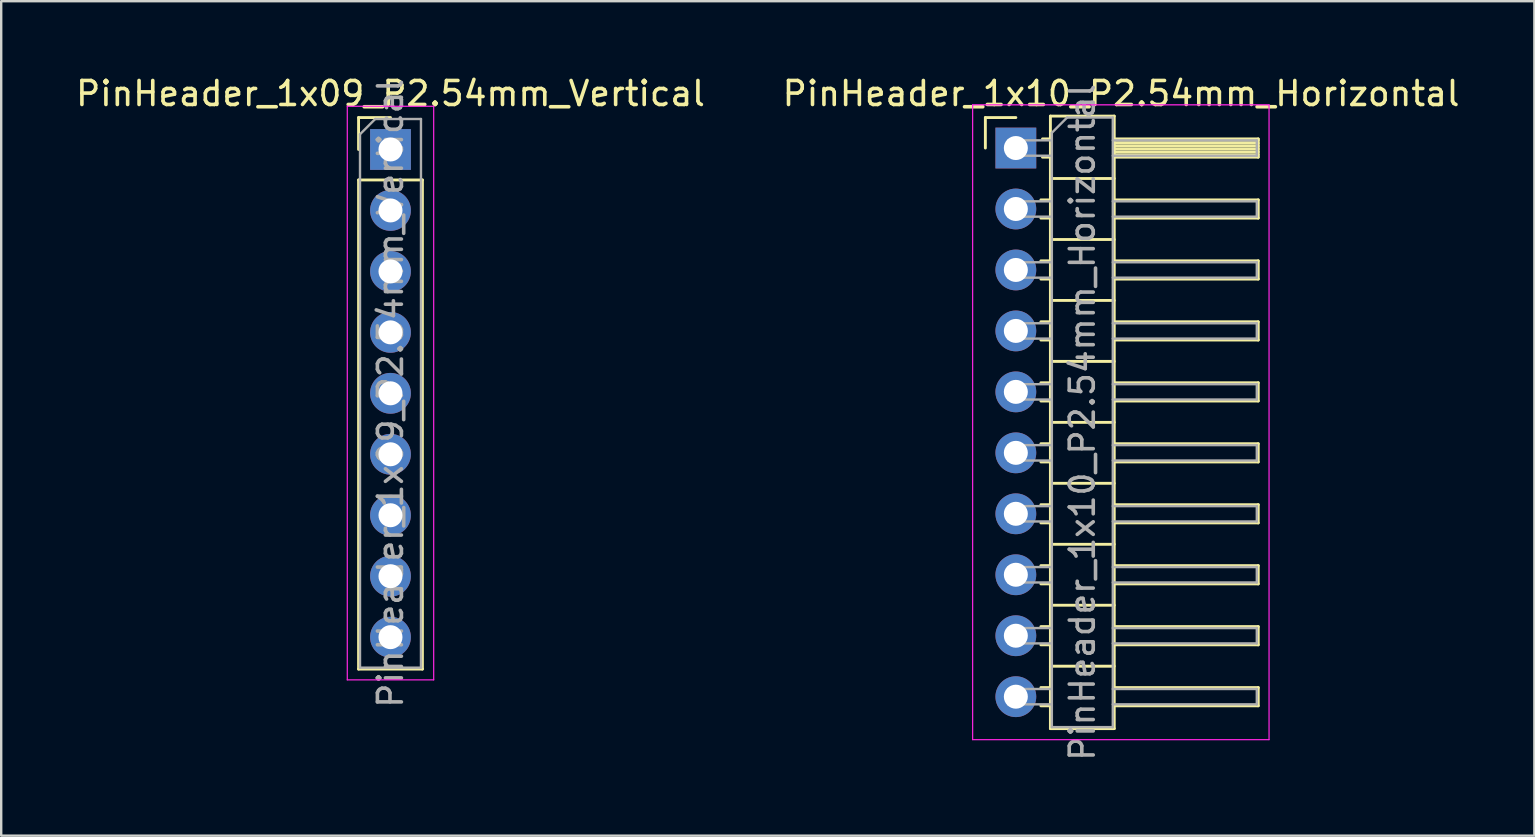
<source format=kicad_pcb>
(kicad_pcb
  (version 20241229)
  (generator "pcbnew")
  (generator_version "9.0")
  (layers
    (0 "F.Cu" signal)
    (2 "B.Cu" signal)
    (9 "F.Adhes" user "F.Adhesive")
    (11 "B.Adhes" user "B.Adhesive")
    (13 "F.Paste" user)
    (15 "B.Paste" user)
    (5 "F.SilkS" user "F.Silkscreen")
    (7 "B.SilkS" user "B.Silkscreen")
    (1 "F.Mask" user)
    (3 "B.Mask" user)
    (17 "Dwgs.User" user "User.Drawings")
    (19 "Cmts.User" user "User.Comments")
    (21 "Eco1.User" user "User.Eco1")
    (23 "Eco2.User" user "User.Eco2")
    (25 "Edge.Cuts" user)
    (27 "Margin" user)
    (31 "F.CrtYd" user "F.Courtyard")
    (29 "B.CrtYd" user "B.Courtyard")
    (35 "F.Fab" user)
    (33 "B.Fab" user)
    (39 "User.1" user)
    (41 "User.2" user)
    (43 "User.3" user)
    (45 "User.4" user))
  (footprint "PinHeader_1x09_P2.54mm_Vertical"
    (layer "F.Cu")
    (at 13.22 3.178)
    (property "Reference" "PinHeader_1x09_P2.54mm_Vertical" (at 0 -2.33 0) (layer "F.SilkS") (effects (font (size 1 1) (thickness 0.15))))
    (attr through_hole)
    (fp_line (start -1.33 -1.33) (end 0 -1.33) (stroke (width 0.12) (type solid)) (layer "F.SilkS"))
    (fp_line (start -1.33 0) (end -1.33 -1.33) (stroke (width 0.12) (type solid)) (layer "F.SilkS"))
    (fp_line (start -1.33 1.27) (end -1.33 21.65) (stroke (width 0.12) (type solid)) (layer "F.SilkS"))
    (fp_line (start -1.33 1.27) (end 1.33 1.27) (stroke (width 0.12) (type solid)) (layer "F.SilkS"))
    (fp_line (start -1.33 21.65) (end 1.33 21.65) (stroke (width 0.12) (type solid)) (layer "F.SilkS"))
    (fp_line (start 1.33 1.27) (end 1.33 21.65) (stroke (width 0.12) (type solid)) (layer "F.SilkS"))
    (fp_line (start -1.8 -1.8) (end -1.8 22.1) (stroke (width 0.05) (type solid)) (layer "F.CrtYd"))
    (fp_line (start -1.8 22.1) (end 1.8 22.1) (stroke (width 0.05) (type solid)) (layer "F.CrtYd"))
    (fp_line (start 1.8 -1.8) (end -1.8 -1.8) (stroke (width 0.05) (type solid)) (layer "F.CrtYd"))
    (fp_line (start 1.8 22.1) (end 1.8 -1.8) (stroke (width 0.05) (type solid)) (layer "F.CrtYd"))
    (fp_line (start -1.27 -0.635) (end -0.635 -1.27) (stroke (width 0.1) (type solid)) (layer "F.Fab"))
    (fp_line (start -1.27 21.59) (end -1.27 -0.635) (stroke (width 0.1) (type solid)) (layer "F.Fab"))
    (fp_line (start -0.635 -1.27) (end 1.27 -1.27) (stroke (width 0.1) (type solid)) (layer "F.Fab"))
    (fp_line (start 1.27 -1.27) (end 1.27 21.59) (stroke (width 0.1) (type solid)) (layer "F.Fab"))
    (fp_line (start 1.27 21.59) (end -1.27 21.59) (stroke (width 0.1) (type solid)) (layer "F.Fab"))
    (fp_text user "${REFERENCE}" (at 0 10.16 90) (layer "F.Fab") (effects (font (size 1 1) (thickness 0.15))))
    (pad "1" thru_hole rect (at 0 0) (size 1.7 1.7) (drill 1) (layers "*.Cu" "*.Mask"))
    (pad "2" thru_hole oval (at 0 2.54) (size 1.7 1.7) (drill 1) (layers "*.Cu" "*.Mask"))
    (pad "3" thru_hole oval (at 0 5.08) (size 1.7 1.7) (drill 1) (layers "*.Cu" "*.Mask"))
    (pad "4" thru_hole oval (at 0 7.62) (size 1.7 1.7) (drill 1) (layers "*.Cu" "*.Mask"))
    (pad "5" thru_hole oval (at 0 10.16) (size 1.7 1.7) (drill 1) (layers "*.Cu" "*.Mask"))
    (pad "6" thru_hole oval (at 0 12.7) (size 1.7 1.7) (drill 1) (layers "*.Cu" "*.Mask"))
    (pad "7" thru_hole oval (at 0 15.24) (size 1.7 1.7) (drill 1) (layers "*.Cu" "*.Mask"))
    (pad "8" thru_hole oval (at 0 17.78) (size 1.7 1.7) (drill 1) (layers "*.Cu" "*.Mask"))
    (pad "9" thru_hole oval (at 0 20.32) (size 1.7 1.7) (drill 1) (layers "*.Cu" "*.Mask")))
  (footprint "PinHeader_1x10_P2.54mm_Horizontal"
    (layer "F.Cu")
    (at 39.276 3.118)
    (property "Reference" "PinHeader_1x10_P2.54mm_Horizontal" (at 4.385 -2.27 0) (layer "F.SilkS") (effects (font (size 1 1) (thickness 0.15))))
    (attr through_hole)
    (fp_line (start -1.27 -1.27) (end 0 -1.27) (stroke (width 0.12) (type solid)) (layer "F.SilkS"))
    (fp_line (start -1.27 0) (end -1.27 -1.27) (stroke (width 0.12) (type solid)) (layer "F.SilkS"))
    (fp_line (start 1.043 2.16) (end 1.44 2.16) (stroke (width 0.12) (type solid)) (layer "F.SilkS"))
    (fp_line (start 1.043 2.92) (end 1.44 2.92) (stroke (width 0.12) (type solid)) (layer "F.SilkS"))
    (fp_line (start 1.043 4.7) (end 1.44 4.7) (stroke (width 0.12) (type solid)) (layer "F.SilkS"))
    (fp_line (start 1.043 5.46) (end 1.44 5.46) (stroke (width 0.12) (type solid)) (layer "F.SilkS"))
    (fp_line (start 1.043 7.24) (end 1.44 7.24) (stroke (width 0.12) (type solid)) (layer "F.SilkS"))
    (fp_line (start 1.043 8) (end 1.44 8) (stroke (width 0.12) (type solid)) (layer "F.SilkS"))
    (fp_line (start 1.043 9.78) (end 1.44 9.78) (stroke (width 0.12) (type solid)) (layer "F.SilkS"))
    (fp_line (start 1.043 10.54) (end 1.44 10.54) (stroke (width 0.12) (type solid)) (layer "F.SilkS"))
    (fp_line (start 1.043 12.32) (end 1.44 12.32) (stroke (width 0.12) (type solid)) (layer "F.SilkS"))
    (fp_line (start 1.043 13.08) (end 1.44 13.08) (stroke (width 0.12) (type solid)) (layer "F.SilkS"))
    (fp_line (start 1.043 14.86) (end 1.44 14.86) (stroke (width 0.12) (type solid)) (layer "F.SilkS"))
    (fp_line (start 1.043 15.62) (end 1.44 15.62) (stroke (width 0.12) (type solid)) (layer "F.SilkS"))
    (fp_line (start 1.043 17.4) (end 1.44 17.4) (stroke (width 0.12) (type solid)) (layer "F.SilkS"))
    (fp_line (start 1.043 18.16) (end 1.44 18.16) (stroke (width 0.12) (type solid)) (layer "F.SilkS"))
    (fp_line (start 1.043 19.94) (end 1.44 19.94) (stroke (width 0.12) (type solid)) (layer "F.SilkS"))
    (fp_line (start 1.043 20.7) (end 1.44 20.7) (stroke (width 0.12) (type solid)) (layer "F.SilkS"))
    (fp_line (start 1.043 22.48) (end 1.44 22.48) (stroke (width 0.12) (type solid)) (layer "F.SilkS"))
    (fp_line (start 1.043 23.24) (end 1.44 23.24) (stroke (width 0.12) (type solid)) (layer "F.SilkS"))
    (fp_line (start 1.11 -0.38) (end 1.44 -0.38) (stroke (width 0.12) (type solid)) (layer "F.SilkS"))
    (fp_line (start 1.11 0.38) (end 1.44 0.38) (stroke (width 0.12) (type solid)) (layer "F.SilkS"))
    (fp_line (start 1.44 -1.33) (end 1.44 24.19) (stroke (width 0.12) (type solid)) (layer "F.SilkS"))
    (fp_line (start 1.44 1.27) (end 4.1 1.27) (stroke (width 0.12) (type solid)) (layer "F.SilkS"))
    (fp_line (start 1.44 3.81) (end 4.1 3.81) (stroke (width 0.12) (type solid)) (layer "F.SilkS"))
    (fp_line (start 1.44 6.35) (end 4.1 6.35) (stroke (width 0.12) (type solid)) (layer "F.SilkS"))
    (fp_line (start 1.44 8.89) (end 4.1 8.89) (stroke (width 0.12) (type solid)) (layer "F.SilkS"))
    (fp_line (start 1.44 11.43) (end 4.1 11.43) (stroke (width 0.12) (type solid)) (layer "F.SilkS"))
    (fp_line (start 1.44 13.97) (end 4.1 13.97) (stroke (width 0.12) (type solid)) (layer "F.SilkS"))
    (fp_line (start 1.44 16.51) (end 4.1 16.51) (stroke (width 0.12) (type solid)) (layer "F.SilkS"))
    (fp_line (start 1.44 19.05) (end 4.1 19.05) (stroke (width 0.12) (type solid)) (layer "F.SilkS"))
    (fp_line (start 1.44 21.59) (end 4.1 21.59) (stroke (width 0.12) (type solid)) (layer "F.SilkS"))
    (fp_line (start 1.44 24.19) (end 4.1 24.19) (stroke (width 0.12) (type solid)) (layer "F.SilkS"))
    (fp_line (start 4.1 -1.33) (end 1.44 -1.33) (stroke (width 0.12) (type solid)) (layer "F.SilkS"))
    (fp_line (start 4.1 -0.38) (end 10.1 -0.38) (stroke (width 0.12) (type solid)) (layer "F.SilkS"))
    (fp_line (start 4.1 -0.32) (end 10.1 -0.32) (stroke (width 0.12) (type solid)) (layer "F.SilkS"))
    (fp_line (start 4.1 -0.2) (end 10.1 -0.2) (stroke (width 0.12) (type solid)) (layer "F.SilkS"))
    (fp_line (start 4.1 -0.08) (end 10.1 -0.08) (stroke (width 0.12) (type solid)) (layer "F.SilkS"))
    (fp_line (start 4.1 0.04) (end 10.1 0.04) (stroke (width 0.12) (type solid)) (layer "F.SilkS"))
    (fp_line (start 4.1 0.16) (end 10.1 0.16) (stroke (width 0.12) (type solid)) (layer "F.SilkS"))
    (fp_line (start 4.1 0.28) (end 10.1 0.28) (stroke (width 0.12) (type solid)) (layer "F.SilkS"))
    (fp_line (start 4.1 2.16) (end 10.1 2.16) (stroke (width 0.12) (type solid)) (layer "F.SilkS"))
    (fp_line (start 4.1 4.7) (end 10.1 4.7) (stroke (width 0.12) (type solid)) (layer "F.SilkS"))
    (fp_line (start 4.1 7.24) (end 10.1 7.24) (stroke (width 0.12) (type solid)) (layer "F.SilkS"))
    (fp_line (start 4.1 9.78) (end 10.1 9.78) (stroke (width 0.12) (type solid)) (layer "F.SilkS"))
    (fp_line (start 4.1 12.32) (end 10.1 12.32) (stroke (width 0.12) (type solid)) (layer "F.SilkS"))
    (fp_line (start 4.1 14.86) (end 10.1 14.86) (stroke (width 0.12) (type solid)) (layer "F.SilkS"))
    (fp_line (start 4.1 17.4) (end 10.1 17.4) (stroke (width 0.12) (type solid)) (layer "F.SilkS"))
    (fp_line (start 4.1 19.94) (end 10.1 19.94) (stroke (width 0.12) (type solid)) (layer "F.SilkS"))
    (fp_line (start 4.1 22.48) (end 10.1 22.48) (stroke (width 0.12) (type solid)) (layer "F.SilkS"))
    (fp_line (start 4.1 24.19) (end 4.1 -1.33) (stroke (width 0.12) (type solid)) (layer "F.SilkS"))
    (fp_line (start 10.1 -0.38) (end 10.1 0.38) (stroke (width 0.12) (type solid)) (layer "F.SilkS"))
    (fp_line (start 10.1 0.38) (end 4.1 0.38) (stroke (width 0.12) (type solid)) (layer "F.SilkS"))
    (fp_line (start 10.1 2.16) (end 10.1 2.92) (stroke (width 0.12) (type solid)) (layer "F.SilkS"))
    (fp_line (start 10.1 2.92) (end 4.1 2.92) (stroke (width 0.12) (type solid)) (layer "F.SilkS"))
    (fp_line (start 10.1 4.7) (end 10.1 5.46) (stroke (width 0.12) (type solid)) (layer "F.SilkS"))
    (fp_line (start 10.1 5.46) (end 4.1 5.46) (stroke (width 0.12) (type solid)) (layer "F.SilkS"))
    (fp_line (start 10.1 7.24) (end 10.1 8) (stroke (width 0.12) (type solid)) (layer "F.SilkS"))
    (fp_line (start 10.1 8) (end 4.1 8) (stroke (width 0.12) (type solid)) (layer "F.SilkS"))
    (fp_line (start 10.1 9.78) (end 10.1 10.54) (stroke (width 0.12) (type solid)) (layer "F.SilkS"))
    (fp_line (start 10.1 10.54) (end 4.1 10.54) (stroke (width 0.12) (type solid)) (layer "F.SilkS"))
    (fp_line (start 10.1 12.32) (end 10.1 13.08) (stroke (width 0.12) (type solid)) (layer "F.SilkS"))
    (fp_line (start 10.1 13.08) (end 4.1 13.08) (stroke (width 0.12) (type solid)) (layer "F.SilkS"))
    (fp_line (start 10.1 14.86) (end 10.1 15.62) (stroke (width 0.12) (type solid)) (layer "F.SilkS"))
    (fp_line (start 10.1 15.62) (end 4.1 15.62) (stroke (width 0.12) (type solid)) (layer "F.SilkS"))
    (fp_line (start 10.1 17.4) (end 10.1 18.16) (stroke (width 0.12) (type solid)) (layer "F.SilkS"))
    (fp_line (start 10.1 18.16) (end 4.1 18.16) (stroke (width 0.12) (type solid)) (layer "F.SilkS"))
    (fp_line (start 10.1 19.94) (end 10.1 20.7) (stroke (width 0.12) (type solid)) (layer "F.SilkS"))
    (fp_line (start 10.1 20.7) (end 4.1 20.7) (stroke (width 0.12) (type solid)) (layer "F.SilkS"))
    (fp_line (start 10.1 22.48) (end 10.1 23.24) (stroke (width 0.12) (type solid)) (layer "F.SilkS"))
    (fp_line (start 10.1 23.24) (end 4.1 23.24) (stroke (width 0.12) (type solid)) (layer "F.SilkS"))
    (fp_line (start -1.8 -1.8) (end -1.8 24.65) (stroke (width 0.05) (type solid)) (layer "F.CrtYd"))
    (fp_line (start -1.8 24.65) (end 10.55 24.65) (stroke (width 0.05) (type solid)) (layer "F.CrtYd"))
    (fp_line (start 10.55 -1.8) (end -1.8 -1.8) (stroke (width 0.05) (type solid)) (layer "F.CrtYd"))
    (fp_line (start 10.55 24.65) (end 10.55 -1.8) (stroke (width 0.05) (type solid)) (layer "F.CrtYd"))
    (fp_line (start -0.32 -0.32) (end -0.32 0.32) (stroke (width 0.1) (type solid)) (layer "F.Fab"))
    (fp_line (start -0.32 -0.32) (end 1.5 -0.32) (stroke (width 0.1) (type solid)) (layer "F.Fab"))
    (fp_line (start -0.32 0.32) (end 1.5 0.32) (stroke (width 0.1) (type solid)) (layer "F.Fab"))
    (fp_line (start -0.32 2.22) (end -0.32 2.86) (stroke (width 0.1) (type solid)) (layer "F.Fab"))
    (fp_line (start -0.32 2.22) (end 1.5 2.22) (stroke (width 0.1) (type solid)) (layer "F.Fab"))
    (fp_line (start -0.32 2.86) (end 1.5 2.86) (stroke (width 0.1) (type solid)) (layer "F.Fab"))
    (fp_line (start -0.32 4.76) (end -0.32 5.4) (stroke (width 0.1) (type solid)) (layer "F.Fab"))
    (fp_line (start -0.32 4.76) (end 1.5 4.76) (stroke (width 0.1) (type solid)) (layer "F.Fab"))
    (fp_line (start -0.32 5.4) (end 1.5 5.4) (stroke (width 0.1) (type solid)) (layer "F.Fab"))
    (fp_line (start -0.32 7.3) (end -0.32 7.94) (stroke (width 0.1) (type solid)) (layer "F.Fab"))
    (fp_line (start -0.32 7.3) (end 1.5 7.3) (stroke (width 0.1) (type solid)) (layer "F.Fab"))
    (fp_line (start -0.32 7.94) (end 1.5 7.94) (stroke (width 0.1) (type solid)) (layer "F.Fab"))
    (fp_line (start -0.32 9.84) (end -0.32 10.48) (stroke (width 0.1) (type solid)) (layer "F.Fab"))
    (fp_line (start -0.32 9.84) (end 1.5 9.84) (stroke (width 0.1) (type solid)) (layer "F.Fab"))
    (fp_line (start -0.32 10.48) (end 1.5 10.48) (stroke (width 0.1) (type solid)) (layer "F.Fab"))
    (fp_line (start -0.32 12.38) (end -0.32 13.02) (stroke (width 0.1) (type solid)) (layer "F.Fab"))
    (fp_line (start -0.32 12.38) (end 1.5 12.38) (stroke (width 0.1) (type solid)) (layer "F.Fab"))
    (fp_line (start -0.32 13.02) (end 1.5 13.02) (stroke (width 0.1) (type solid)) (layer "F.Fab"))
    (fp_line (start -0.32 14.92) (end -0.32 15.56) (stroke (width 0.1) (type solid)) (layer "F.Fab"))
    (fp_line (start -0.32 14.92) (end 1.5 14.92) (stroke (width 0.1) (type solid)) (layer "F.Fab"))
    (fp_line (start -0.32 15.56) (end 1.5 15.56) (stroke (width 0.1) (type solid)) (layer "F.Fab"))
    (fp_line (start -0.32 17.46) (end -0.32 18.1) (stroke (width 0.1) (type solid)) (layer "F.Fab"))
    (fp_line (start -0.32 17.46) (end 1.5 17.46) (stroke (width 0.1) (type solid)) (layer "F.Fab"))
    (fp_line (start -0.32 18.1) (end 1.5 18.1) (stroke (width 0.1) (type solid)) (layer "F.Fab"))
    (fp_line (start -0.32 20) (end -0.32 20.64) (stroke (width 0.1) (type solid)) (layer "F.Fab"))
    (fp_line (start -0.32 20) (end 1.5 20) (stroke (width 0.1) (type solid)) (layer "F.Fab"))
    (fp_line (start -0.32 20.64) (end 1.5 20.64) (stroke (width 0.1) (type solid)) (layer "F.Fab"))
    (fp_line (start -0.32 22.54) (end -0.32 23.18) (stroke (width 0.1) (type solid)) (layer "F.Fab"))
    (fp_line (start -0.32 22.54) (end 1.5 22.54) (stroke (width 0.1) (type solid)) (layer "F.Fab"))
    (fp_line (start -0.32 23.18) (end 1.5 23.18) (stroke (width 0.1) (type solid)) (layer "F.Fab"))
    (fp_line (start 1.5 -0.635) (end 2.135 -1.27) (stroke (width 0.1) (type solid)) (layer "F.Fab"))
    (fp_line (start 1.5 24.13) (end 1.5 -0.635) (stroke (width 0.1) (type solid)) (layer "F.Fab"))
    (fp_line (start 2.135 -1.27) (end 4.04 -1.27) (stroke (width 0.1) (type solid)) (layer "F.Fab"))
    (fp_line (start 4.04 -1.27) (end 4.04 24.13) (stroke (width 0.1) (type solid)) (layer "F.Fab"))
    (fp_line (start 4.04 -0.32) (end 10.04 -0.32) (stroke (width 0.1) (type solid)) (layer "F.Fab"))
    (fp_line (start 4.04 0.32) (end 10.04 0.32) (stroke (width 0.1) (type solid)) (layer "F.Fab"))
    (fp_line (start 4.04 2.22) (end 10.04 2.22) (stroke (width 0.1) (type solid)) (layer "F.Fab"))
    (fp_line (start 4.04 2.86) (end 10.04 2.86) (stroke (width 0.1) (type solid)) (layer "F.Fab"))
    (fp_line (start 4.04 4.76) (end 10.04 4.76) (stroke (width 0.1) (type solid)) (layer "F.Fab"))
    (fp_line (start 4.04 5.4) (end 10.04 5.4) (stroke (width 0.1) (type solid)) (layer "F.Fab"))
    (fp_line (start 4.04 7.3) (end 10.04 7.3) (stroke (width 0.1) (type solid)) (layer "F.Fab"))
    (fp_line (start 4.04 7.94) (end 10.04 7.94) (stroke (width 0.1) (type solid)) (layer "F.Fab"))
    (fp_line (start 4.04 9.84) (end 10.04 9.84) (stroke (width 0.1) (type solid)) (layer "F.Fab"))
    (fp_line (start 4.04 10.48) (end 10.04 10.48) (stroke (width 0.1) (type solid)) (layer "F.Fab"))
    (fp_line (start 4.04 12.38) (end 10.04 12.38) (stroke (width 0.1) (type solid)) (layer "F.Fab"))
    (fp_line (start 4.04 13.02) (end 10.04 13.02) (stroke (width 0.1) (type solid)) (layer "F.Fab"))
    (fp_line (start 4.04 14.92) (end 10.04 14.92) (stroke (width 0.1) (type solid)) (layer "F.Fab"))
    (fp_line (start 4.04 15.56) (end 10.04 15.56) (stroke (width 0.1) (type solid)) (layer "F.Fab"))
    (fp_line (start 4.04 17.46) (end 10.04 17.46) (stroke (width 0.1) (type solid)) (layer "F.Fab"))
    (fp_line (start 4.04 18.1) (end 10.04 18.1) (stroke (width 0.1) (type solid)) (layer "F.Fab"))
    (fp_line (start 4.04 20) (end 10.04 20) (stroke (width 0.1) (type solid)) (layer "F.Fab"))
    (fp_line (start 4.04 20.64) (end 10.04 20.64) (stroke (width 0.1) (type solid)) (layer "F.Fab"))
    (fp_line (start 4.04 22.54) (end 10.04 22.54) (stroke (width 0.1) (type solid)) (layer "F.Fab"))
    (fp_line (start 4.04 23.18) (end 10.04 23.18) (stroke (width 0.1) (type solid)) (layer "F.Fab"))
    (fp_line (start 4.04 24.13) (end 1.5 24.13) (stroke (width 0.1) (type solid)) (layer "F.Fab"))
    (fp_line (start 10.04 -0.32) (end 10.04 0.32) (stroke (width 0.1) (type solid)) (layer "F.Fab"))
    (fp_line (start 10.04 2.22) (end 10.04 2.86) (stroke (width 0.1) (type solid)) (layer "F.Fab"))
    (fp_line (start 10.04 4.76) (end 10.04 5.4) (stroke (width 0.1) (type solid)) (layer "F.Fab"))
    (fp_line (start 10.04 7.3) (end 10.04 7.94) (stroke (width 0.1) (type solid)) (layer "F.Fab"))
    (fp_line (start 10.04 9.84) (end 10.04 10.48) (stroke (width 0.1) (type solid)) (layer "F.Fab"))
    (fp_line (start 10.04 12.38) (end 10.04 13.02) (stroke (width 0.1) (type solid)) (layer "F.Fab"))
    (fp_line (start 10.04 14.92) (end 10.04 15.56) (stroke (width 0.1) (type solid)) (layer "F.Fab"))
    (fp_line (start 10.04 17.46) (end 10.04 18.1) (stroke (width 0.1) (type solid)) (layer "F.Fab"))
    (fp_line (start 10.04 20) (end 10.04 20.64) (stroke (width 0.1) (type solid)) (layer "F.Fab"))
    (fp_line (start 10.04 22.54) (end 10.04 23.18) (stroke (width 0.1) (type solid)) (layer "F.Fab"))
    (fp_text user "${REFERENCE}" (at 2.77 11.43 90) (layer "F.Fab") (effects (font (size 1 1) (thickness 0.15))))
    (pad "1" thru_hole rect (at 0 0) (size 1.7 1.7) (drill 1) (layers "*.Cu" "*.Mask"))
    (pad "2" thru_hole oval (at 0 2.54) (size 1.7 1.7) (drill 1) (layers "*.Cu" "*.Mask"))
    (pad "3" thru_hole oval (at 0 5.08) (size 1.7 1.7) (drill 1) (layers "*.Cu" "*.Mask"))
    (pad "4" thru_hole oval (at 0 7.62) (size 1.7 1.7) (drill 1) (layers "*.Cu" "*.Mask"))
    (pad "5" thru_hole oval (at 0 10.16) (size 1.7 1.7) (drill 1) (layers "*.Cu" "*.Mask"))
    (pad "6" thru_hole oval (at 0 12.7) (size 1.7 1.7) (drill 1) (layers "*.Cu" "*.Mask"))
    (pad "7" thru_hole oval (at 0 15.24) (size 1.7 1.7) (drill 1) (layers "*.Cu" "*.Mask"))
    (pad "8" thru_hole oval (at 0 17.78) (size 1.7 1.7) (drill 1) (layers "*.Cu" "*.Mask"))
    (pad "9" thru_hole oval (at 0 20.32) (size 1.7 1.7) (drill 1) (layers "*.Cu" "*.Mask"))
    (pad "10" thru_hole oval (at 0 22.86) (size 1.7 1.7) (drill 1) (layers "*.Cu" "*.Mask")))
  (gr_rect
    (start -3 -3)
    (end 60.881 31.768)
    (stroke (width 0.1) (type default))
    (fill no)
    (layer "Edge.Cuts")))
</source>
